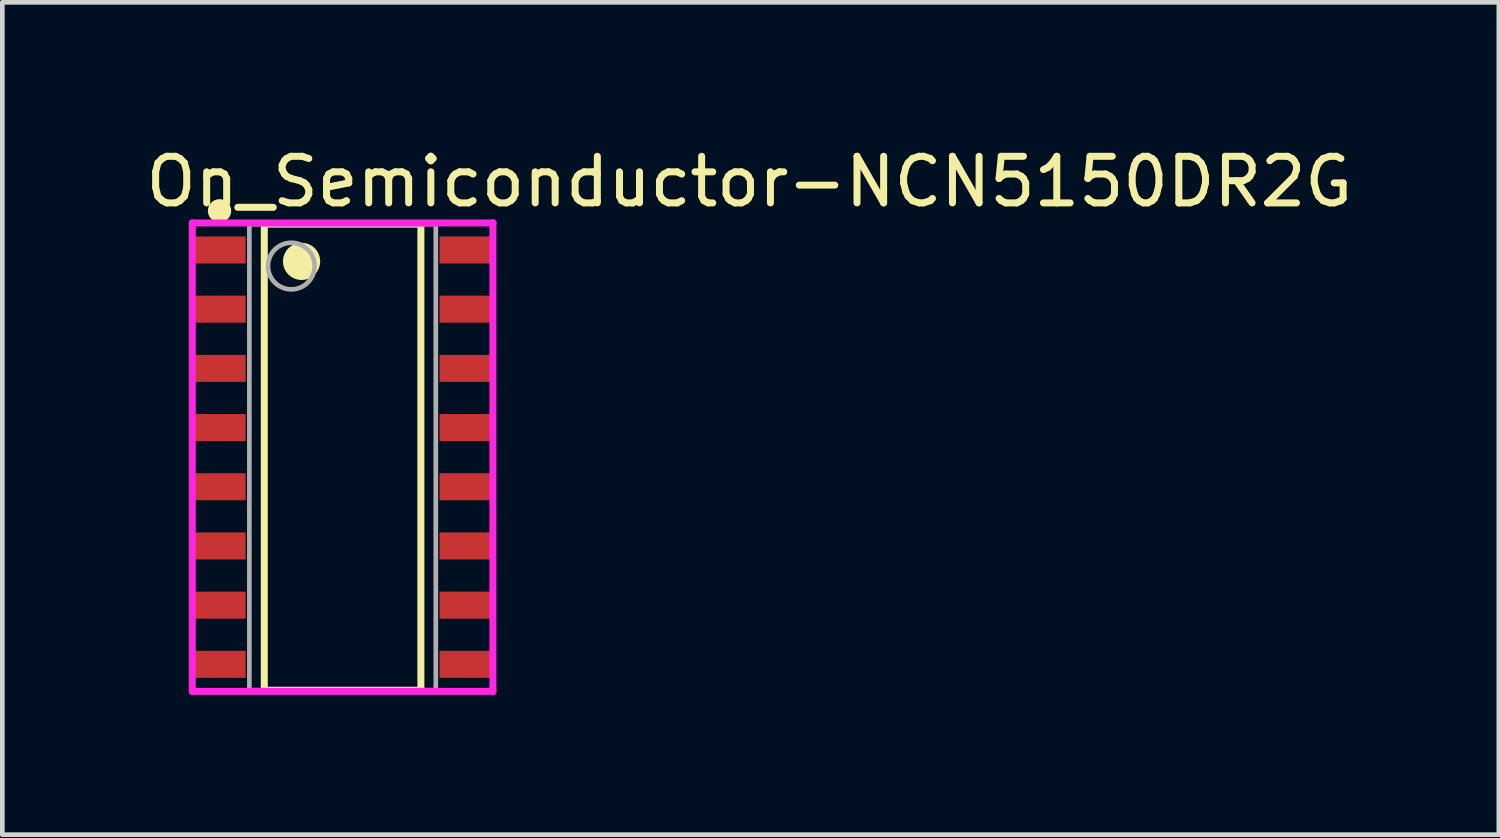
<source format=kicad_pcb>
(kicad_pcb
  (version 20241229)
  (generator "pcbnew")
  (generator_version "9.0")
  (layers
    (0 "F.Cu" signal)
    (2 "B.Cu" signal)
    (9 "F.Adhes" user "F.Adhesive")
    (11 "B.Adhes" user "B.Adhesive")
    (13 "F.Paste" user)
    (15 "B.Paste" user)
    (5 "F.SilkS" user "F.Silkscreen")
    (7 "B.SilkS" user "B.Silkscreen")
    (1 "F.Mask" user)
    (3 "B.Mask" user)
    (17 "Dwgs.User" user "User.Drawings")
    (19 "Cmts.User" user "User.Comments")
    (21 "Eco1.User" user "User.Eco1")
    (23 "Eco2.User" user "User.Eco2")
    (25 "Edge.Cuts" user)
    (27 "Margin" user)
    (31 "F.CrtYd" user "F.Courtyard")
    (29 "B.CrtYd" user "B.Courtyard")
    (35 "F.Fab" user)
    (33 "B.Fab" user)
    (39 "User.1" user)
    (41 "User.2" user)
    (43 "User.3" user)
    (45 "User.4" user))
  (footprint "On_Semiconductor-NCN5150DR2G"
    (layer "F.Cu")
    (at 4.3 6.758)
    (property "Reference" "On_Semiconductor-NCN5150DR2G" (at -4.3 -5.91 0) (layer "F.SilkS") (effects (font (size 1 1) (thickness 0.15)) (justify left)))
    (attr through_hole)
    (fp_line (start -1.68 -5) (end 1.68 -5) (stroke (width 0.15) (type solid)) (layer "F.SilkS"))
    (fp_line (start -1.68 5) (end -1.68 -5) (stroke (width 0.15) (type solid)) (layer "F.SilkS"))
    (fp_line (start -1.68 5) (end 1.68 5) (stroke (width 0.15) (type solid)) (layer "F.SilkS"))
    (fp_line (start 1.68 5) (end 1.68 -5) (stroke (width 0.15) (type solid)) (layer "F.SilkS"))
    (fp_circle (center -2.64 -5.285) (end -2.515 -5.285) (stroke (width 0.25) (type solid)) (fill no) (layer "F.SilkS"))
    (fp_circle (center -0.88 -4.2) (end -0.68 -4.2) (stroke (width 0.4) (type solid)) (fill no) (layer "F.SilkS"))
    (fp_line (start -3.225 -5.025) (end -3.225 5.025) (stroke (width 0.15) (type solid)) (layer "F.CrtYd"))
    (fp_line (start -3.225 5.025) (end 3.225 5.025) (stroke (width 0.15) (type solid)) (layer "F.CrtYd"))
    (fp_line (start 3.225 -5.025) (end -3.225 -5.025) (stroke (width 0.15) (type solid)) (layer "F.CrtYd"))
    (fp_line (start 3.225 -5.025) (end 3.225 -5.025) (stroke (width 0.15) (type solid)) (layer "F.CrtYd"))
    (fp_line (start 3.225 5.025) (end 3.225 -5.025) (stroke (width 0.15) (type solid)) (layer "F.CrtYd"))
    (fp_line (start -2 -5) (end 2 -5) (stroke (width 0.1) (type solid)) (layer "F.Fab"))
    (fp_line (start -2 5) (end -2 -5) (stroke (width 0.1) (type solid)) (layer "F.Fab"))
    (fp_line (start -2 5) (end 2 5) (stroke (width 0.1) (type solid)) (layer "F.Fab"))
    (fp_line (start 2 5) (end 2 -5) (stroke (width 0.1) (type solid)) (layer "F.Fab"))
    (fp_circle (center -1.1 -4.1) (end -0.6 -4.1) (stroke (width 0.1) (type solid)) (fill no) (layer "F.Fab"))
    (pad "1" smd rect (at -2.64 -4.445 270) (size 0.58 1.12) (layers "F.Cu" "F.Mask" "F.Paste"))
    (pad "2" smd rect (at -2.64 -3.175 270) (size 0.58 1.12) (layers "F.Cu" "F.Mask" "F.Paste"))
    (pad "3" smd rect (at -2.64 -1.905 270) (size 0.58 1.12) (layers "F.Cu" "F.Mask" "F.Paste"))
    (pad "4" smd rect (at -2.64 -0.635 270) (size 0.58 1.12) (layers "F.Cu" "F.Mask" "F.Paste"))
    (pad "5" smd rect (at -2.64 0.635 270) (size 0.58 1.12) (layers "F.Cu" "F.Mask" "F.Paste"))
    (pad "6" smd rect (at -2.64 1.905 270) (size 0.58 1.12) (layers "F.Cu" "F.Mask" "F.Paste"))
    (pad "7" smd rect (at -2.64 3.175 270) (size 0.58 1.12) (layers "F.Cu" "F.Mask" "F.Paste"))
    (pad "8" smd rect (at -2.64 4.445 270) (size 0.58 1.12) (layers "F.Cu" "F.Mask" "F.Paste"))
    (pad "9" smd rect (at 2.64 4.445 270) (size 0.58 1.12) (layers "F.Cu" "F.Mask" "F.Paste"))
    (pad "10" smd rect (at 2.64 3.175 270) (size 0.58 1.12) (layers "F.Cu" "F.Mask" "F.Paste"))
    (pad "11" smd rect (at 2.64 1.905 270) (size 0.58 1.12) (layers "F.Cu" "F.Mask" "F.Paste"))
    (pad "12" smd rect (at 2.64 0.635 270) (size 0.58 1.12) (layers "F.Cu" "F.Mask" "F.Paste"))
    (pad "13" smd rect (at 2.64 -0.635 270) (size 0.58 1.12) (layers "F.Cu" "F.Mask" "F.Paste"))
    (pad "14" smd rect (at 2.64 -1.905 270) (size 0.58 1.12) (layers "F.Cu" "F.Mask" "F.Paste"))
    (pad "15" smd rect (at 2.64 -3.175 270) (size 0.58 1.12) (layers "F.Cu" "F.Mask" "F.Paste"))
    (pad "16" smd rect (at 2.64 -4.445 270) (size 0.58 1.12) (layers "F.Cu" "F.Mask" "F.Paste")))
  (gr_rect
    (start -3 -3)
    (end 29.107 14.858)
    (stroke (width 0.1) (type default))
    (fill no)
    (layer "Edge.Cuts")))
</source>
